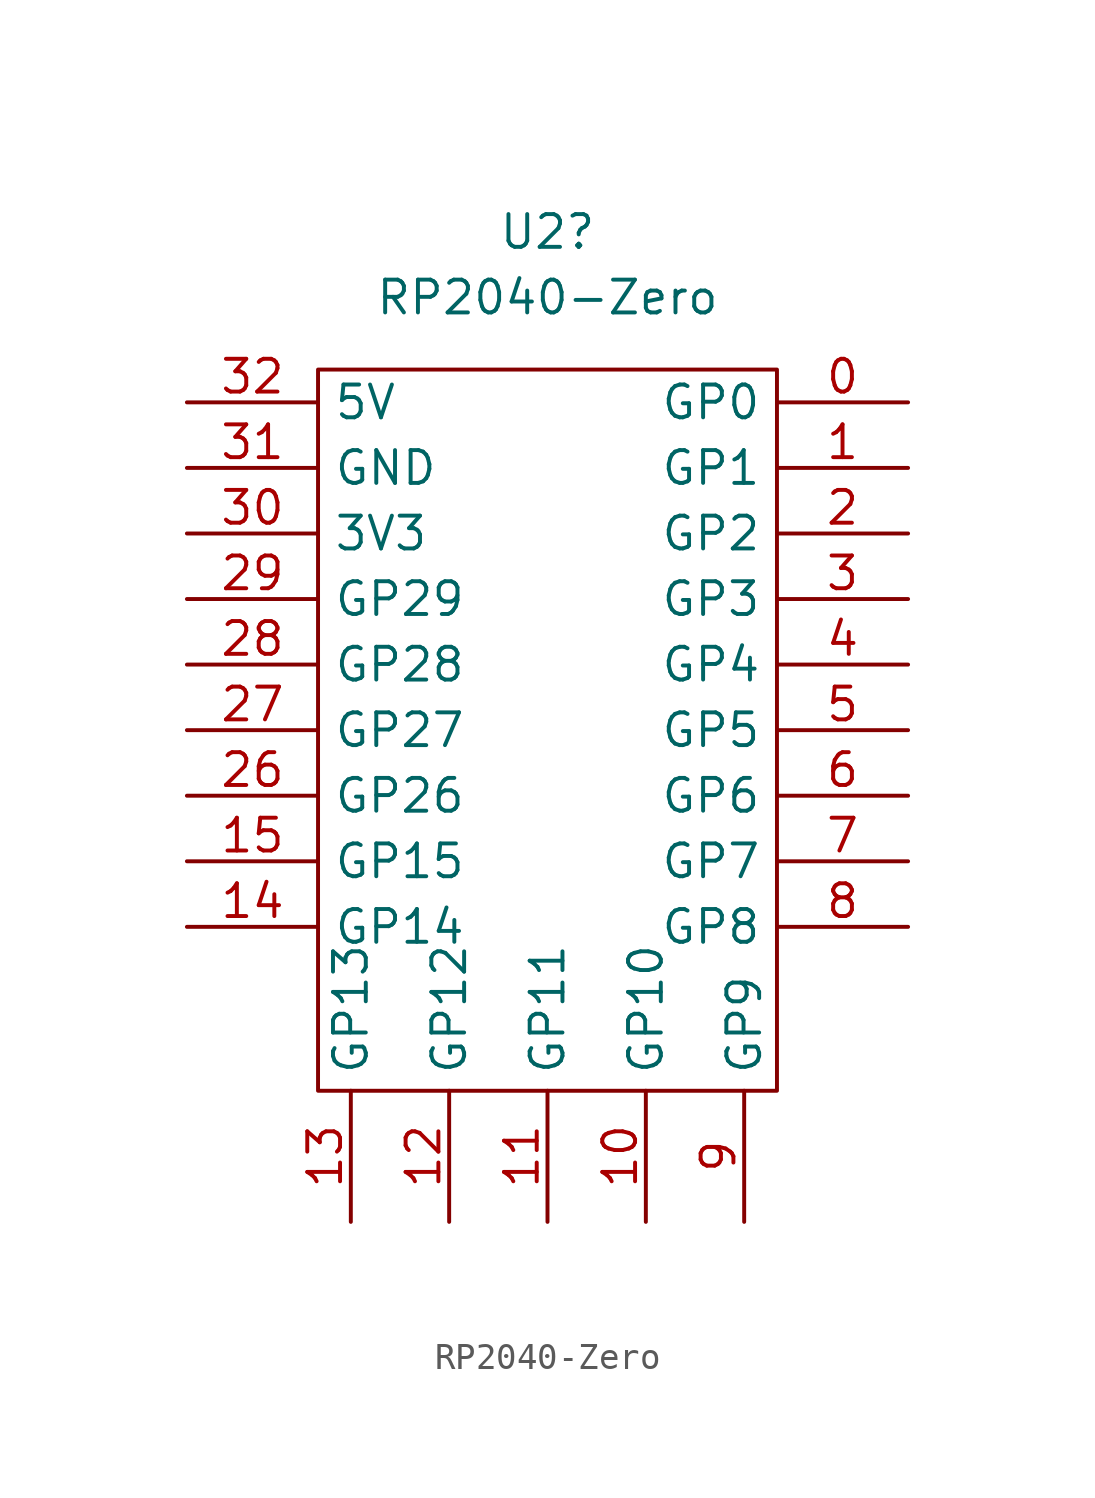
<source format=kicad_sym>
(kicad_symbol_lib
  (version 20220914)
  (generator kicad_symbol_editor)
  (symbol "RP2040-Zero"
    (pin_names
      (offset 0.584))
    (property "Reference" "U2"
      (at 0 0.254 0)
      (effects (font (size 1.27 1.27))))
    (property "Value" "RP2040-Zero"
      (at 0 -2.286 0)
      (effects (font (size 1.27 1.27))))
    (symbol "RP2040-Zero_0_1"
      (rectangle (start -8.89 -5.08) (end 8.89 -33.02) (stroke (width 0) (type default)) (fill (type none))))
    (symbol "RP2040-Zero_1_1"
      (pin tri_state line (at 13.97 -6.35 180) (length 5.08) (name "GP0" (effects (font (size 1.27 1.27)))) (number "0" (effects (font (size 1.27 1.27)))))
      (pin tri_state line (at 13.97 -8.89 180) (length 5.08) (name "GP1" (effects (font (size 1.27 1.27)))) (number "1" (effects (font (size 1.27 1.27)))))
      (pin tri_state line (at 3.81 -38.1 90) (length 5.08) (name "GP10" (effects (font (size 1.27 1.27)))) (number "10" (effects (font (size 1.27 1.27)))))
      (pin tri_state line (at 0 -38.1 90) (length 5.08) (name "GP11" (effects (font (size 1.27 1.27)))) (number "11" (effects (font (size 1.27 1.27)))))
      (pin tri_state line (at -3.81 -38.1 90) (length 5.08) (name "GP12" (effects (font (size 1.27 1.27)))) (number "12" (effects (font (size 1.27 1.27)))))
      (pin tri_state line (at -7.62 -38.1 90) (length 5.08) (name "GP13" (effects (font (size 1.27 1.27)))) (number "13" (effects (font (size 1.27 1.27)))))
      (pin tri_state line (at -13.97 -26.67 0) (length 5.08) (name "GP14" (effects (font (size 1.27 1.27)))) (number "14" (effects (font (size 1.27 1.27)))))
      (pin tri_state line (at -13.97 -24.13 0) (length 5.08) (name "GP15" (effects (font (size 1.27 1.27)))) (number "15" (effects (font (size 1.27 1.27)))))
      (pin tri_state line (at 13.97 -11.43 180) (length 5.08) (name "GP2" (effects (font (size 1.27 1.27)))) (number "2" (effects (font (size 1.27 1.27)))))
      (pin tri_state line (at -13.97 -21.59 0) (length 5.08) (name "GP26" (effects (font (size 1.27 1.27)))) (number "26" (effects (font (size 1.27 1.27)))))
      (pin tri_state line (at -13.97 -19.05 0) (length 5.08) (name "GP27" (effects (font (size 1.27 1.27)))) (number "27" (effects (font (size 1.27 1.27)))))
      (pin tri_state line (at -13.97 -16.51 0) (length 5.08) (name "GP28" (effects (font (size 1.27 1.27)))) (number "28" (effects (font (size 1.27 1.27)))))
      (pin tri_state line (at -13.97 -13.97 0) (length 5.08) (name "GP29" (effects (font (size 1.27 1.27)))) (number "29" (effects (font (size 1.27 1.27)))))
      (pin tri_state line (at 13.97 -13.97 180) (length 5.08) (name "GP3" (effects (font (size 1.27 1.27)))) (number "3" (effects (font (size 1.27 1.27)))))
      (pin power_out line (at -13.97 -11.43 0) (length 5.08) (name "3V3" (effects (font (size 1.27 1.27)))) (number "30" (effects (font (size 1.27 1.27)))))
      (pin input line (at -13.97 -8.89 0) (length 5.08) (name "GND" (effects (font (size 1.27 1.27)))) (number "31" (effects (font (size 1.27 1.27)))))
      (pin power_out line (at -13.97 -6.35 0) (length 5.08) (name "5V" (effects (font (size 1.27 1.27)))) (number "32" (effects (font (size 1.27 1.27)))))
      (pin tri_state line (at 13.97 -16.51 180) (length 5.08) (name "GP4" (effects (font (size 1.27 1.27)))) (number "4" (effects (font (size 1.27 1.27)))))
      (pin tri_state line (at 13.97 -19.05 180) (length 5.08) (name "GP5" (effects (font (size 1.27 1.27)))) (number "5" (effects (font (size 1.27 1.27)))))
      (pin tri_state line (at 13.97 -21.59 180) (length 5.08) (name "GP6" (effects (font (size 1.27 1.27)))) (number "6" (effects (font (size 1.27 1.27)))))
      (pin tri_state line (at 13.97 -24.13 180) (length 5.08) (name "GP7" (effects (font (size 1.27 1.27)))) (number "7" (effects (font (size 1.27 1.27)))))
      (pin tri_state line (at 13.97 -26.67 180) (length 5.08) (name "GP8" (effects (font (size 1.27 1.27)))) (number "8" (effects (font (size 1.27 1.27)))))
      (pin tri_state line (at 7.62 -38.1 90) (length 5.08) (name "GP9" (effects (font (size 1.27 1.27)))) (number "9" (effects (font (size 1.27 1.27))))))))
</source>
